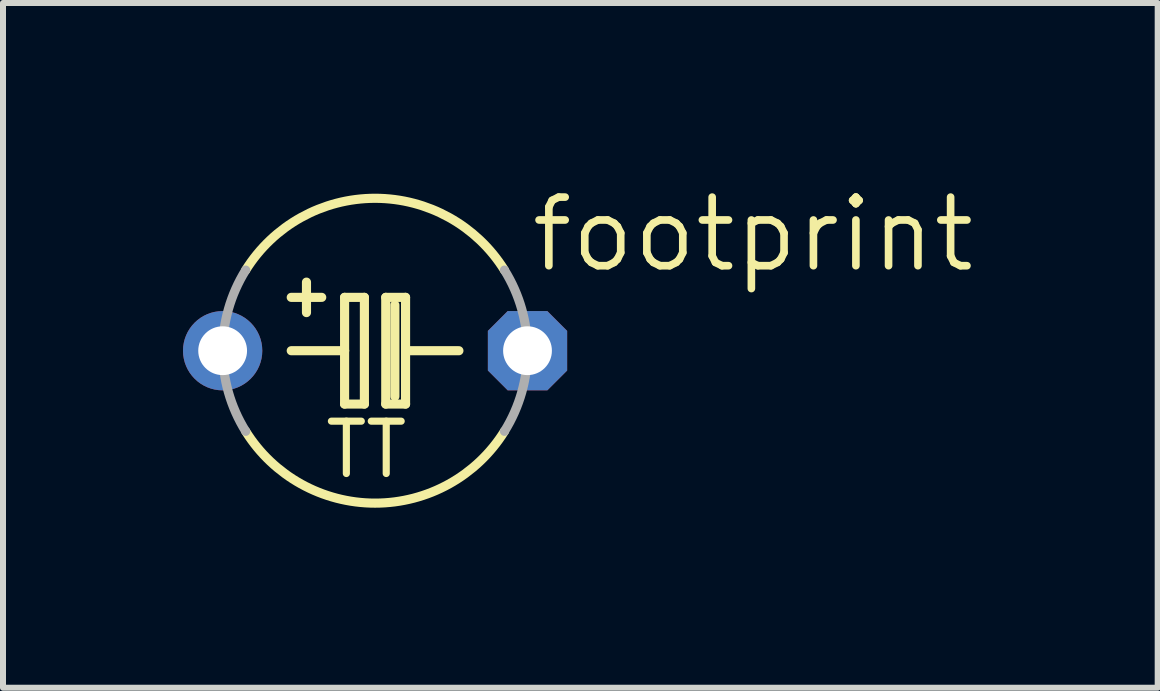
<source format=kicad_pcb>
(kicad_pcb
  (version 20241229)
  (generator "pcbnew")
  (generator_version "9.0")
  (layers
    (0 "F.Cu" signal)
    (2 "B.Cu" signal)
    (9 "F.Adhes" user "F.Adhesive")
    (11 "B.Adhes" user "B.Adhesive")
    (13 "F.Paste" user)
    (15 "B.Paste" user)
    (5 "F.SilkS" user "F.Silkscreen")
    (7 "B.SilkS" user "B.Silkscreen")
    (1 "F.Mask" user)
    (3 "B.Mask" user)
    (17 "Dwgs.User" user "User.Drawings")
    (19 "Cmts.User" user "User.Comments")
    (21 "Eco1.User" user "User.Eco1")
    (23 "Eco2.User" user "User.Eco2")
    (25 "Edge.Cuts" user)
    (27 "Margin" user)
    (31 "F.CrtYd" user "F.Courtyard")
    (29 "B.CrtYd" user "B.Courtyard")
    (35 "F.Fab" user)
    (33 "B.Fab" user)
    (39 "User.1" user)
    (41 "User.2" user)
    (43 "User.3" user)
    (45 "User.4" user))
  (footprint "footprint"
    (layer "F.Cu")
    (at 3.2 2.794)
    (property "Reference" "footprint" (at 2.54 -1.27 0) (layer "F.SilkS") (effects (font (size 1.143 1.143) (thickness 0.127)) (justify left bottom)))
    (fp_line (start -1.397 0) (end -0.508 0) (stroke (width 0.152) (type solid)) (layer "F.SilkS"))
    (fp_line (start -1.143 -0.635) (end -1.143 -1.143) (stroke (width 0.152) (type solid)) (layer "F.SilkS"))
    (fp_line (start -0.889 -0.889) (end -1.397 -0.889) (stroke (width 0.152) (type solid)) (layer "F.SilkS"))
    (fp_line (start -0.508 -0.889) (end -0.508 0) (stroke (width 0.152) (type solid)) (layer "F.SilkS"))
    (fp_line (start -0.508 0) (end -0.508 0.889) (stroke (width 0.152) (type solid)) (layer "F.SilkS"))
    (fp_line (start -0.508 0.889) (end -0.178 0.889) (stroke (width 0.152) (type solid)) (layer "F.SilkS"))
    (fp_line (start -0.178 -0.889) (end -0.508 -0.889) (stroke (width 0.152) (type solid)) (layer "F.SilkS"))
    (fp_line (start -0.178 0.889) (end -0.178 -0.889) (stroke (width 0.152) (type solid)) (layer "F.SilkS"))
    (fp_line (start 0.178 -0.889) (end 0.178 0.889) (stroke (width 0.152) (type solid)) (layer "F.SilkS"))
    (fp_line (start 0.178 0.889) (end 0.508 0.889) (stroke (width 0.152) (type solid)) (layer "F.SilkS"))
    (fp_line (start 0.33 0.762) (end 0.33 -0.762) (stroke (width 0.152) (type solid)) (layer "F.SilkS"))
    (fp_line (start 0.508 -0.889) (end 0.178 -0.889) (stroke (width 0.152) (type solid)) (layer "F.SilkS"))
    (fp_line (start 0.508 0) (end 0.508 -0.889) (stroke (width 0.152) (type solid)) (layer "F.SilkS"))
    (fp_line (start 0.508 0) (end 1.397 0) (stroke (width 0.152) (type solid)) (layer "F.SilkS"))
    (fp_line (start 0.508 0.889) (end 0.508 0) (stroke (width 0.152) (type solid)) (layer "F.SilkS"))
    (fp_arc (start -2.1557 -1.3432) (mid 0 -2.539927) (end 2.1557 -1.3432) (stroke (width 0.1524) (type solid)) (layer "F.SilkS"))
    (fp_arc (start 2.1557 1.3432) (mid 0 2.539927) (end -2.1557 1.3432) (stroke (width 0.1524) (type solid)) (layer "F.SilkS"))
    (fp_arc (start -2.1557 1.3432) (mid -2.539927 0) (end -2.1557 -1.3432) (stroke (width 0.1524) (type solid)) (layer "F.Fab"))
    (fp_arc (start 2.1557 -1.3432) (mid 2.539927 0) (end 2.1557 1.3432) (stroke (width 0.1524) (type solid)) (layer "F.Fab"))
    (fp_text user "TT" (at -0.889 2.159 0) (layer "F.SilkS") (effects (font (size 0.872 0.872) (thickness 0.119)) (justify left bottom)))
    (pad "+" thru_hole circle (at -2.54 0) (size 1.321 1.321) (drill 0.813) (layers "*.Cu" "*.Mask"))
    (pad "-" thru_hole roundrect (at 2.54 0) (size 1.321 1.321) (drill 0.813) (layers "*.Cu" "*.Mask") (roundrect_rratio 0.25) (chamfer_ratio 0.25) (chamfer top_left top_right bottom_left bottom_right)))
  (gr_rect
    (start -3 -3)
    (end 16.241 8.41)
    (stroke (width 0.1) (type default))
    (fill no)
    (layer "Edge.Cuts")))
</source>
